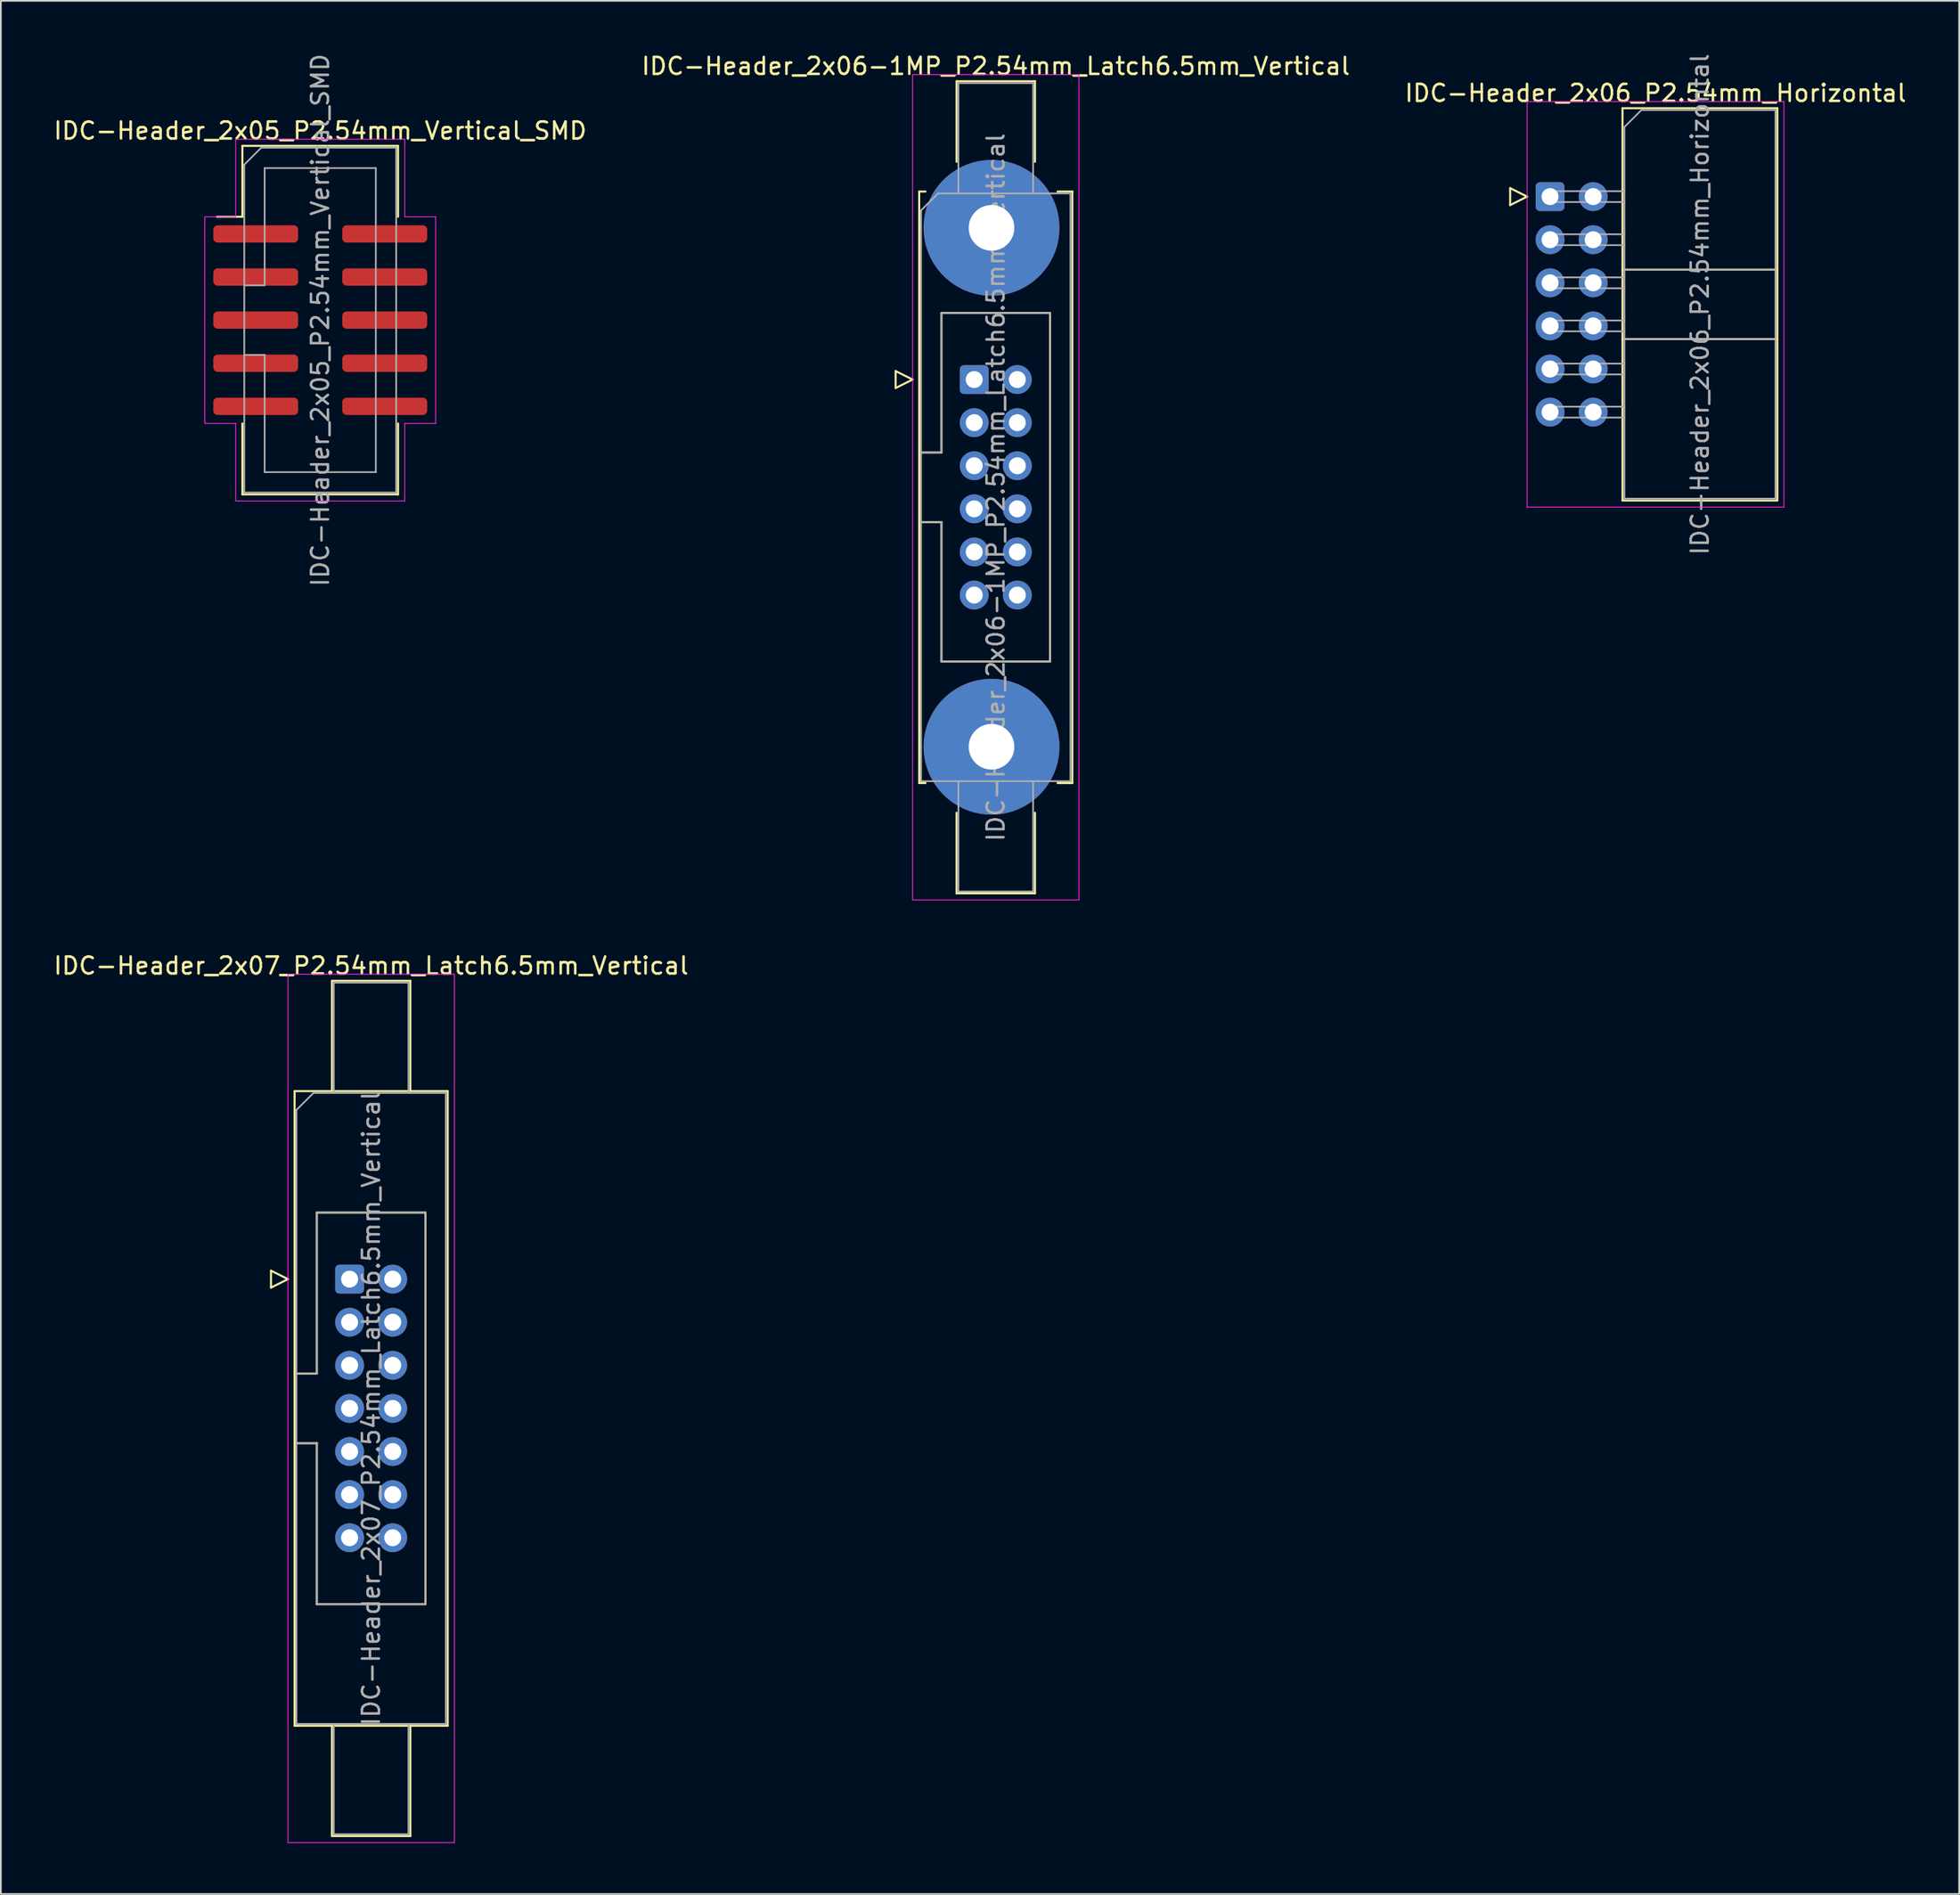
<source format=kicad_pcb>
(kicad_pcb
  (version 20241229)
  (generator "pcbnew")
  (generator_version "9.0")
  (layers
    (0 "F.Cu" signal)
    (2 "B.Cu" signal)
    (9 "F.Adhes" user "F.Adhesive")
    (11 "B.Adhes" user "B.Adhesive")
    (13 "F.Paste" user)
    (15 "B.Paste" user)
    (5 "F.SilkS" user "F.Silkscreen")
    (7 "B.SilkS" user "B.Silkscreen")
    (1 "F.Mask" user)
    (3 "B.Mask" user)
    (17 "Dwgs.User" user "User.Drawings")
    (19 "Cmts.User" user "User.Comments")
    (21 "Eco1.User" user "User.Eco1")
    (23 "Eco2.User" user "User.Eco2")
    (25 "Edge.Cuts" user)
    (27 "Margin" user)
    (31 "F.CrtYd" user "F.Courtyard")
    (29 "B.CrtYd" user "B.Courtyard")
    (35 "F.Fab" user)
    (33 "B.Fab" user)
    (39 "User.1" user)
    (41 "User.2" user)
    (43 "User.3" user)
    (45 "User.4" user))
  (footprint "IDC-Header_2x06-1MP_P2.54mm_Latch6.5mm_Vertical"
    (layer "F.Cu")
    (at 54.343 19.318)
    (property "Reference" "IDC-Header_2x06-1MP_P2.54mm_Latch6.5mm_Vertical" (at 1.27 -18.47 0) (layer "F.SilkS") (effects (font (size 1 1) (thickness 0.15))))
    (attr through_hole)
    (fp_line (start -4.63 -0.5) (end -4.63 0.5) (stroke (width 0.12) (type solid)) (layer "F.SilkS"))
    (fp_line (start -4.63 0.5) (end -3.63 0) (stroke (width 0.12) (type solid)) (layer "F.SilkS"))
    (fp_line (start -3.63 0) (end -4.63 -0.5) (stroke (width 0.12) (type solid)) (layer "F.SilkS"))
    (fp_line (start -3.24 -11.08) (end -3.24 23.78) (stroke (width 0.12) (type solid)) (layer "F.SilkS"))
    (fp_line (start -3.24 4.3) (end -1.93 4.3) (stroke (width 0.12) (type solid)) (layer "F.SilkS"))
    (fp_line (start -3.24 23.78) (end -2.87 23.78) (stroke (width 0.12) (type solid)) (layer "F.SilkS"))
    (fp_line (start -2.87 -11.08) (end -3.24 -11.08) (stroke (width 0.12) (type solid)) (layer "F.SilkS"))
    (fp_line (start -1.93 -3.92) (end 4.47 -3.92) (stroke (width 0.12) (type solid)) (layer "F.SilkS"))
    (fp_line (start -1.93 4.3) (end -1.93 -3.92) (stroke (width 0.12) (type solid)) (layer "F.SilkS"))
    (fp_line (start -1.93 8.4) (end -3.24 8.4) (stroke (width 0.12) (type solid)) (layer "F.SilkS"))
    (fp_line (start -1.93 8.4) (end -1.93 8.4) (stroke (width 0.12) (type solid)) (layer "F.SilkS"))
    (fp_line (start -1.93 16.62) (end -1.93 8.4) (stroke (width 0.12) (type solid)) (layer "F.SilkS"))
    (fp_line (start -1.04 -17.58) (end 3.58 -17.58) (stroke (width 0.12) (type solid)) (layer "F.SilkS"))
    (fp_line (start -1.04 -12.83) (end -1.04 -17.58) (stroke (width 0.12) (type solid)) (layer "F.SilkS"))
    (fp_line (start -1.04 25.53) (end -1.04 30.28) (stroke (width 0.12) (type solid)) (layer "F.SilkS"))
    (fp_line (start -1.04 30.28) (end 3.58 30.28) (stroke (width 0.12) (type solid)) (layer "F.SilkS"))
    (fp_line (start 3.58 -17.58) (end 3.58 -12.83) (stroke (width 0.12) (type solid)) (layer "F.SilkS"))
    (fp_line (start 3.58 30.28) (end 3.58 25.53) (stroke (width 0.12) (type solid)) (layer "F.SilkS"))
    (fp_line (start 4.47 -3.92) (end 4.47 16.62) (stroke (width 0.12) (type solid)) (layer "F.SilkS"))
    (fp_line (start 4.47 16.62) (end -1.93 16.62) (stroke (width 0.12) (type solid)) (layer "F.SilkS"))
    (fp_line (start 4.91 -11.08) (end 5.78 -11.08) (stroke (width 0.12) (type solid)) (layer "F.SilkS"))
    (fp_line (start 5.78 -11.08) (end 5.78 23.78) (stroke (width 0.12) (type solid)) (layer "F.SilkS"))
    (fp_line (start 5.78 23.78) (end 4.91 23.78) (stroke (width 0.12) (type solid)) (layer "F.SilkS"))
    (fp_line (start -3.63 -17.97) (end -3.63 30.67) (stroke (width 0.05) (type solid)) (layer "F.CrtYd"))
    (fp_line (start -3.63 30.67) (end 6.17 30.67) (stroke (width 0.05) (type solid)) (layer "F.CrtYd"))
    (fp_line (start 6.17 -17.97) (end -3.63 -17.97) (stroke (width 0.05) (type solid)) (layer "F.CrtYd"))
    (fp_line (start 6.17 30.67) (end 6.17 -17.97) (stroke (width 0.05) (type solid)) (layer "F.CrtYd"))
    (fp_line (start -3.13 -9.97) (end -2.13 -10.97) (stroke (width 0.1) (type solid)) (layer "F.Fab"))
    (fp_line (start -3.13 4.3) (end -1.93 4.3) (stroke (width 0.1) (type solid)) (layer "F.Fab"))
    (fp_line (start -3.13 23.67) (end -3.13 -9.97) (stroke (width 0.1) (type solid)) (layer "F.Fab"))
    (fp_line (start -2.13 -10.97) (end 5.67 -10.97) (stroke (width 0.1) (type solid)) (layer "F.Fab"))
    (fp_line (start -1.93 -3.92) (end 4.47 -3.92) (stroke (width 0.1) (type solid)) (layer "F.Fab"))
    (fp_line (start -1.93 4.3) (end -1.93 -3.92) (stroke (width 0.1) (type solid)) (layer "F.Fab"))
    (fp_line (start -1.93 8.4) (end -3.13 8.4) (stroke (width 0.1) (type solid)) (layer "F.Fab"))
    (fp_line (start -1.93 8.4) (end -1.93 8.4) (stroke (width 0.1) (type solid)) (layer "F.Fab"))
    (fp_line (start -1.93 16.62) (end -1.93 8.4) (stroke (width 0.1) (type solid)) (layer "F.Fab"))
    (fp_line (start -0.93 -17.47) (end 3.47 -17.47) (stroke (width 0.1) (type solid)) (layer "F.Fab"))
    (fp_line (start -0.93 -10.97) (end -0.93 -17.47) (stroke (width 0.1) (type solid)) (layer "F.Fab"))
    (fp_line (start -0.93 23.67) (end -0.93 30.17) (stroke (width 0.1) (type solid)) (layer "F.Fab"))
    (fp_line (start -0.93 30.17) (end 3.47 30.17) (stroke (width 0.1) (type solid)) (layer "F.Fab"))
    (fp_line (start 3.47 -17.47) (end 3.47 -10.97) (stroke (width 0.1) (type solid)) (layer "F.Fab"))
    (fp_line (start 3.47 30.17) (end 3.47 23.67) (stroke (width 0.1) (type solid)) (layer "F.Fab"))
    (fp_line (start 4.47 -3.92) (end 4.47 16.62) (stroke (width 0.1) (type solid)) (layer "F.Fab"))
    (fp_line (start 4.47 16.62) (end -1.93 16.62) (stroke (width 0.1) (type solid)) (layer "F.Fab"))
    (fp_line (start 5.67 -10.97) (end 5.67 23.67) (stroke (width 0.1) (type solid)) (layer "F.Fab"))
    (fp_line (start 5.67 23.67) (end -3.13 23.67) (stroke (width 0.1) (type solid)) (layer "F.Fab"))
    (fp_text user "${REFERENCE}" (at 1.27 6.35 90) (layer "F.Fab") (effects (font (size 1 1) (thickness 0.15))))
    (pad "1" thru_hole roundrect (at 0 0) (size 1.7 1.7) (drill 1) (layers "*.Cu" "*.Mask") (roundrect_rratio 0.147))
    (pad "2" thru_hole circle (at 2.54 0) (size 1.7 1.7) (drill 1) (layers "*.Cu" "*.Mask"))
    (pad "3" thru_hole circle (at 0 2.54) (size 1.7 1.7) (drill 1) (layers "*.Cu" "*.Mask"))
    (pad "4" thru_hole circle (at 2.54 2.54) (size 1.7 1.7) (drill 1) (layers "*.Cu" "*.Mask"))
    (pad "5" thru_hole circle (at 0 5.08) (size 1.7 1.7) (drill 1) (layers "*.Cu" "*.Mask"))
    (pad "6" thru_hole circle (at 2.54 5.08) (size 1.7 1.7) (drill 1) (layers "*.Cu" "*.Mask"))
    (pad "7" thru_hole circle (at 0 7.62) (size 1.7 1.7) (drill 1) (layers "*.Cu" "*.Mask"))
    (pad "8" thru_hole circle (at 2.54 7.62) (size 1.7 1.7) (drill 1) (layers "*.Cu" "*.Mask"))
    (pad "9" thru_hole circle (at 0 10.16) (size 1.7 1.7) (drill 1) (layers "*.Cu" "*.Mask"))
    (pad "10" thru_hole circle (at 2.54 10.16) (size 1.7 1.7) (drill 1) (layers "*.Cu" "*.Mask"))
    (pad "11" thru_hole circle (at 0 12.7) (size 1.7 1.7) (drill 1) (layers "*.Cu" "*.Mask"))
    (pad "12" thru_hole circle (at 2.54 12.7) (size 1.7 1.7) (drill 1) (layers "*.Cu" "*.Mask"))
    (pad "MP" thru_hole circle (at 1.02 -8.94) (size 8 8) (drill 2.69) (layers "*.Cu" "*.Mask"))
    (pad "MP" thru_hole circle (at 1.02 21.64) (size 8 8) (drill 2.69) (layers "*.Cu" "*.Mask")))
  (footprint "IDC-Header_2x05_P2.54mm_Vertical_SMD"
    (layer "F.Cu")
    (at 15.815 15.815)
    (property "Reference" "IDC-Header_2x05_P2.54mm_Vertical_SMD" (at 0 -11.16 0) (layer "F.SilkS") (effects (font (size 1 1) (thickness 0.15))))
    (attr smd)
    (fp_line (start -4.585 -10.27) (end 4.585 -10.27) (stroke (width 0.12) (type solid)) (layer "F.SilkS"))
    (fp_line (start -4.585 -6.09) (end -6.085 -6.09) (stroke (width 0.12) (type solid)) (layer "F.SilkS"))
    (fp_line (start -4.585 -6.09) (end -4.585 -10.27) (stroke (width 0.12) (type solid)) (layer "F.SilkS"))
    (fp_line (start -4.585 6.09) (end -4.585 10.27) (stroke (width 0.12) (type solid)) (layer "F.SilkS"))
    (fp_line (start -4.585 10.27) (end 4.585 10.27) (stroke (width 0.12) (type solid)) (layer "F.SilkS"))
    (fp_line (start 4.585 -10.27) (end 4.585 -6.09) (stroke (width 0.12) (type solid)) (layer "F.SilkS"))
    (fp_line (start 4.585 10.27) (end 4.585 6.09) (stroke (width 0.12) (type solid)) (layer "F.SilkS"))
    (fp_line (start -6.8 -6.09) (end -6.8 6.09) (stroke (width 0.05) (type solid)) (layer "F.CrtYd"))
    (fp_line (start -6.8 6.09) (end -4.98 6.09) (stroke (width 0.05) (type solid)) (layer "F.CrtYd"))
    (fp_line (start -4.98 -10.66) (end -4.98 -6.09) (stroke (width 0.05) (type solid)) (layer "F.CrtYd"))
    (fp_line (start -4.98 -6.09) (end -6.8 -6.09) (stroke (width 0.05) (type solid)) (layer "F.CrtYd"))
    (fp_line (start -4.98 6.09) (end -4.98 10.66) (stroke (width 0.05) (type solid)) (layer "F.CrtYd"))
    (fp_line (start -4.98 10.66) (end 4.98 10.66) (stroke (width 0.05) (type solid)) (layer "F.CrtYd"))
    (fp_line (start 4.98 -10.66) (end -4.98 -10.66) (stroke (width 0.05) (type solid)) (layer "F.CrtYd"))
    (fp_line (start 4.98 -6.09) (end 4.98 -10.66) (stroke (width 0.05) (type solid)) (layer "F.CrtYd"))
    (fp_line (start 4.98 6.09) (end 6.8 6.09) (stroke (width 0.05) (type solid)) (layer "F.CrtYd"))
    (fp_line (start 4.98 10.66) (end 4.98 6.09) (stroke (width 0.05) (type solid)) (layer "F.CrtYd"))
    (fp_line (start 6.8 -6.09) (end 4.98 -6.09) (stroke (width 0.05) (type solid)) (layer "F.CrtYd"))
    (fp_line (start 6.8 6.09) (end 6.8 -6.09) (stroke (width 0.05) (type solid)) (layer "F.CrtYd"))
    (fp_line (start -4.475 -9.16) (end -3.475 -10.16) (stroke (width 0.1) (type solid)) (layer "F.Fab"))
    (fp_line (start -4.475 -2.05) (end -3.275 -2.05) (stroke (width 0.1) (type solid)) (layer "F.Fab"))
    (fp_line (start -4.475 10.16) (end -4.475 -9.16) (stroke (width 0.1) (type solid)) (layer "F.Fab"))
    (fp_line (start -3.475 -10.16) (end 4.475 -10.16) (stroke (width 0.1) (type solid)) (layer "F.Fab"))
    (fp_line (start -3.275 -8.96) (end 3.275 -8.96) (stroke (width 0.1) (type solid)) (layer "F.Fab"))
    (fp_line (start -3.275 -2.05) (end -3.275 -8.96) (stroke (width 0.1) (type solid)) (layer "F.Fab"))
    (fp_line (start -3.275 2.05) (end -4.475 2.05) (stroke (width 0.1) (type solid)) (layer "F.Fab"))
    (fp_line (start -3.275 2.05) (end -3.275 2.05) (stroke (width 0.1) (type solid)) (layer "F.Fab"))
    (fp_line (start -3.275 8.96) (end -3.275 2.05) (stroke (width 0.1) (type solid)) (layer "F.Fab"))
    (fp_line (start 3.275 -8.96) (end 3.275 8.96) (stroke (width 0.1) (type solid)) (layer "F.Fab"))
    (fp_line (start 3.275 8.96) (end -3.275 8.96) (stroke (width 0.1) (type solid)) (layer "F.Fab"))
    (fp_line (start 4.475 -10.16) (end 4.475 10.16) (stroke (width 0.1) (type solid)) (layer "F.Fab"))
    (fp_line (start 4.475 10.16) (end -4.475 10.16) (stroke (width 0.1) (type solid)) (layer "F.Fab"))
    (fp_text user "${REFERENCE}" (at 0 0 90) (layer "F.Fab") (effects (font (size 1 1) (thickness 0.15))))
    (pad "1" smd roundrect (at -3.8 -5.08) (size 5 1.02) (layers "F.Cu" "F.Mask" "F.Paste") (roundrect_rratio 0.25))
    (pad "2" smd roundrect (at 3.8 -5.08) (size 5 1.02) (layers "F.Cu" "F.Mask" "F.Paste") (roundrect_rratio 0.25))
    (pad "3" smd roundrect (at -3.8 -2.54) (size 5 1.02) (layers "F.Cu" "F.Mask" "F.Paste") (roundrect_rratio 0.25))
    (pad "4" smd roundrect (at 3.8 -2.54) (size 5 1.02) (layers "F.Cu" "F.Mask" "F.Paste") (roundrect_rratio 0.25))
    (pad "5" smd roundrect (at -3.8 0) (size 5 1.02) (layers "F.Cu" "F.Mask" "F.Paste") (roundrect_rratio 0.25))
    (pad "6" smd roundrect (at 3.8 0) (size 5 1.02) (layers "F.Cu" "F.Mask" "F.Paste") (roundrect_rratio 0.25))
    (pad "7" smd roundrect (at -3.8 2.54) (size 5 1.02) (layers "F.Cu" "F.Mask" "F.Paste") (roundrect_rratio 0.25))
    (pad "8" smd roundrect (at 3.8 2.54) (size 5 1.02) (layers "F.Cu" "F.Mask" "F.Paste") (roundrect_rratio 0.25))
    (pad "9" smd roundrect (at -3.8 5.08) (size 5 1.02) (layers "F.Cu" "F.Mask" "F.Paste") (roundrect_rratio 0.25))
    (pad "10" smd roundrect (at 3.8 5.08) (size 5 1.02) (layers "F.Cu" "F.Mask" "F.Paste") (roundrect_rratio 0.25)))
  (footprint "IDC-Header_2x06_P2.54mm_Horizontal"
    (layer "F.Cu")
    (at 88.267 8.537)
    (property "Reference" "IDC-Header_2x06_P2.54mm_Horizontal" (at 6.215 -6.1 0) (layer "F.SilkS") (effects (font (size 1 1) (thickness 0.15))))
    (attr through_hole)
    (fp_line (start -2.35 -0.5) (end -2.35 0.5) (stroke (width 0.12) (type solid)) (layer "F.SilkS"))
    (fp_line (start -2.35 0.5) (end -1.35 0) (stroke (width 0.12) (type solid)) (layer "F.SilkS"))
    (fp_line (start -1.35 0) (end -2.35 -0.5) (stroke (width 0.12) (type solid)) (layer "F.SilkS"))
    (fp_line (start 4.27 -5.21) (end 13.39 -5.21) (stroke (width 0.12) (type solid)) (layer "F.SilkS"))
    (fp_line (start 4.27 4.3) (end 13.39 4.3) (stroke (width 0.12) (type solid)) (layer "F.SilkS"))
    (fp_line (start 4.27 8.4) (end 13.39 8.4) (stroke (width 0.12) (type solid)) (layer "F.SilkS"))
    (fp_line (start 4.27 17.91) (end 4.27 -5.21) (stroke (width 0.12) (type solid)) (layer "F.SilkS"))
    (fp_line (start 13.39 -5.21) (end 13.39 17.91) (stroke (width 0.12) (type solid)) (layer "F.SilkS"))
    (fp_line (start 13.39 17.91) (end 4.27 17.91) (stroke (width 0.12) (type solid)) (layer "F.SilkS"))
    (fp_line (start -1.35 -5.6) (end -1.35 18.3) (stroke (width 0.05) (type solid)) (layer "F.CrtYd"))
    (fp_line (start -1.35 18.3) (end 13.78 18.3) (stroke (width 0.05) (type solid)) (layer "F.CrtYd"))
    (fp_line (start 13.78 -5.6) (end -1.35 -5.6) (stroke (width 0.05) (type solid)) (layer "F.CrtYd"))
    (fp_line (start 13.78 18.3) (end 13.78 -5.6) (stroke (width 0.05) (type solid)) (layer "F.CrtYd"))
    (fp_line (start -0.32 -0.32) (end -0.32 0.32) (stroke (width 0.1) (type solid)) (layer "F.Fab"))
    (fp_line (start -0.32 0.32) (end 4.38 0.32) (stroke (width 0.1) (type solid)) (layer "F.Fab"))
    (fp_line (start -0.32 2.22) (end -0.32 2.86) (stroke (width 0.1) (type solid)) (layer "F.Fab"))
    (fp_line (start -0.32 2.86) (end 4.38 2.86) (stroke (width 0.1) (type solid)) (layer "F.Fab"))
    (fp_line (start -0.32 4.76) (end -0.32 5.4) (stroke (width 0.1) (type solid)) (layer "F.Fab"))
    (fp_line (start -0.32 5.4) (end 4.38 5.4) (stroke (width 0.1) (type solid)) (layer "F.Fab"))
    (fp_line (start -0.32 7.3) (end -0.32 7.94) (stroke (width 0.1) (type solid)) (layer "F.Fab"))
    (fp_line (start -0.32 7.94) (end 4.38 7.94) (stroke (width 0.1) (type solid)) (layer "F.Fab"))
    (fp_line (start -0.32 9.84) (end -0.32 10.48) (stroke (width 0.1) (type solid)) (layer "F.Fab"))
    (fp_line (start -0.32 10.48) (end 4.38 10.48) (stroke (width 0.1) (type solid)) (layer "F.Fab"))
    (fp_line (start -0.32 12.38) (end -0.32 13.02) (stroke (width 0.1) (type solid)) (layer "F.Fab"))
    (fp_line (start -0.32 13.02) (end 4.38 13.02) (stroke (width 0.1) (type solid)) (layer "F.Fab"))
    (fp_line (start 4.38 -4.1) (end 5.38 -5.1) (stroke (width 0.1) (type solid)) (layer "F.Fab"))
    (fp_line (start 4.38 -0.32) (end -0.32 -0.32) (stroke (width 0.1) (type solid)) (layer "F.Fab"))
    (fp_line (start 4.38 2.22) (end -0.32 2.22) (stroke (width 0.1) (type solid)) (layer "F.Fab"))
    (fp_line (start 4.38 4.3) (end 13.28 4.3) (stroke (width 0.1) (type solid)) (layer "F.Fab"))
    (fp_line (start 4.38 4.76) (end -0.32 4.76) (stroke (width 0.1) (type solid)) (layer "F.Fab"))
    (fp_line (start 4.38 7.3) (end -0.32 7.3) (stroke (width 0.1) (type solid)) (layer "F.Fab"))
    (fp_line (start 4.38 8.4) (end 13.28 8.4) (stroke (width 0.1) (type solid)) (layer "F.Fab"))
    (fp_line (start 4.38 9.84) (end -0.32 9.84) (stroke (width 0.1) (type solid)) (layer "F.Fab"))
    (fp_line (start 4.38 12.38) (end -0.32 12.38) (stroke (width 0.1) (type solid)) (layer "F.Fab"))
    (fp_line (start 4.38 17.8) (end 4.38 -4.1) (stroke (width 0.1) (type solid)) (layer "F.Fab"))
    (fp_line (start 5.38 -5.1) (end 13.28 -5.1) (stroke (width 0.1) (type solid)) (layer "F.Fab"))
    (fp_line (start 13.28 -5.1) (end 13.28 17.8) (stroke (width 0.1) (type solid)) (layer "F.Fab"))
    (fp_line (start 13.28 17.8) (end 4.38 17.8) (stroke (width 0.1) (type solid)) (layer "F.Fab"))
    (fp_text user "${REFERENCE}" (at 8.83 6.35 90) (layer "F.Fab") (effects (font (size 1 1) (thickness 0.15))))
    (pad "1" thru_hole roundrect (at 0 0) (size 1.7 1.7) (drill 1) (layers "*.Cu" "*.Mask") (roundrect_rratio 0.147))
    (pad "2" thru_hole circle (at 2.54 0) (size 1.7 1.7) (drill 1) (layers "*.Cu" "*.Mask"))
    (pad "3" thru_hole circle (at 0 2.54) (size 1.7 1.7) (drill 1) (layers "*.Cu" "*.Mask"))
    (pad "4" thru_hole circle (at 2.54 2.54) (size 1.7 1.7) (drill 1) (layers "*.Cu" "*.Mask"))
    (pad "5" thru_hole circle (at 0 5.08) (size 1.7 1.7) (drill 1) (layers "*.Cu" "*.Mask"))
    (pad "6" thru_hole circle (at 2.54 5.08) (size 1.7 1.7) (drill 1) (layers "*.Cu" "*.Mask"))
    (pad "7" thru_hole circle (at 0 7.62) (size 1.7 1.7) (drill 1) (layers "*.Cu" "*.Mask"))
    (pad "8" thru_hole circle (at 2.54 7.62) (size 1.7 1.7) (drill 1) (layers "*.Cu" "*.Mask"))
    (pad "9" thru_hole circle (at 0 10.16) (size 1.7 1.7) (drill 1) (layers "*.Cu" "*.Mask"))
    (pad "10" thru_hole circle (at 2.54 10.16) (size 1.7 1.7) (drill 1) (layers "*.Cu" "*.Mask"))
    (pad "11" thru_hole circle (at 0 12.7) (size 1.7 1.7) (drill 1) (layers "*.Cu" "*.Mask"))
    (pad "12" thru_hole circle (at 2.54 12.7) (size 1.7 1.7) (drill 1) (layers "*.Cu" "*.Mask")))
  (footprint "IDC-Header_2x07_P2.54mm_Latch6.5mm_Vertical"
    (layer "F.Cu")
    (at 17.545 72.332)
    (property "Reference" "IDC-Header_2x07_P2.54mm_Latch6.5mm_Vertical" (at 1.27 -18.47 0) (layer "F.SilkS") (effects (font (size 1 1) (thickness 0.15))))
    (attr through_hole)
    (fp_line (start -4.63 -0.5) (end -4.63 0.5) (stroke (width 0.12) (type solid)) (layer "F.SilkS"))
    (fp_line (start -4.63 0.5) (end -3.63 0) (stroke (width 0.12) (type solid)) (layer "F.SilkS"))
    (fp_line (start -3.63 0) (end -4.63 -0.5) (stroke (width 0.12) (type solid)) (layer "F.SilkS"))
    (fp_line (start -3.24 -11.08) (end 5.78 -11.08) (stroke (width 0.12) (type solid)) (layer "F.SilkS"))
    (fp_line (start -3.24 5.57) (end -1.93 5.57) (stroke (width 0.12) (type solid)) (layer "F.SilkS"))
    (fp_line (start -3.24 26.32) (end -3.24 -11.08) (stroke (width 0.12) (type solid)) (layer "F.SilkS"))
    (fp_line (start -1.93 -3.92) (end 4.47 -3.92) (stroke (width 0.12) (type solid)) (layer "F.SilkS"))
    (fp_line (start -1.93 5.57) (end -1.93 -3.92) (stroke (width 0.12) (type solid)) (layer "F.SilkS"))
    (fp_line (start -1.93 9.67) (end -3.24 9.67) (stroke (width 0.12) (type solid)) (layer "F.SilkS"))
    (fp_line (start -1.93 9.67) (end -1.93 9.67) (stroke (width 0.12) (type solid)) (layer "F.SilkS"))
    (fp_line (start -1.93 19.16) (end -1.93 9.67) (stroke (width 0.12) (type solid)) (layer "F.SilkS"))
    (fp_line (start -1.04 -17.58) (end 3.58 -17.58) (stroke (width 0.12) (type solid)) (layer "F.SilkS"))
    (fp_line (start -1.04 -11.08) (end -1.04 -17.58) (stroke (width 0.12) (type solid)) (layer "F.SilkS"))
    (fp_line (start -1.04 26.32) (end -1.04 32.82) (stroke (width 0.12) (type solid)) (layer "F.SilkS"))
    (fp_line (start -1.04 32.82) (end 3.58 32.82) (stroke (width 0.12) (type solid)) (layer "F.SilkS"))
    (fp_line (start 3.58 -17.58) (end 3.58 -11.08) (stroke (width 0.12) (type solid)) (layer "F.SilkS"))
    (fp_line (start 3.58 32.82) (end 3.58 26.32) (stroke (width 0.12) (type solid)) (layer "F.SilkS"))
    (fp_line (start 4.47 -3.92) (end 4.47 19.16) (stroke (width 0.12) (type solid)) (layer "F.SilkS"))
    (fp_line (start 4.47 19.16) (end -1.93 19.16) (stroke (width 0.12) (type solid)) (layer "F.SilkS"))
    (fp_line (start 5.78 -11.08) (end 5.78 26.32) (stroke (width 0.12) (type solid)) (layer "F.SilkS"))
    (fp_line (start 5.78 26.32) (end -3.24 26.32) (stroke (width 0.12) (type solid)) (layer "F.SilkS"))
    (fp_line (start -3.63 -17.97) (end -3.63 33.21) (stroke (width 0.05) (type solid)) (layer "F.CrtYd"))
    (fp_line (start -3.63 33.21) (end 6.17 33.21) (stroke (width 0.05) (type solid)) (layer "F.CrtYd"))
    (fp_line (start 6.17 -17.97) (end -3.63 -17.97) (stroke (width 0.05) (type solid)) (layer "F.CrtYd"))
    (fp_line (start 6.17 33.21) (end 6.17 -17.97) (stroke (width 0.05) (type solid)) (layer "F.CrtYd"))
    (fp_line (start -3.13 -9.97) (end -2.13 -10.97) (stroke (width 0.1) (type solid)) (layer "F.Fab"))
    (fp_line (start -3.13 5.57) (end -1.93 5.57) (stroke (width 0.1) (type solid)) (layer "F.Fab"))
    (fp_line (start -3.13 26.21) (end -3.13 -9.97) (stroke (width 0.1) (type solid)) (layer "F.Fab"))
    (fp_line (start -2.13 -10.97) (end 5.67 -10.97) (stroke (width 0.1) (type solid)) (layer "F.Fab"))
    (fp_line (start -1.93 -3.92) (end 4.47 -3.92) (stroke (width 0.1) (type solid)) (layer "F.Fab"))
    (fp_line (start -1.93 5.57) (end -1.93 -3.92) (stroke (width 0.1) (type solid)) (layer "F.Fab"))
    (fp_line (start -1.93 9.67) (end -3.13 9.67) (stroke (width 0.1) (type solid)) (layer "F.Fab"))
    (fp_line (start -1.93 9.67) (end -1.93 9.67) (stroke (width 0.1) (type solid)) (layer "F.Fab"))
    (fp_line (start -1.93 19.16) (end -1.93 9.67) (stroke (width 0.1) (type solid)) (layer "F.Fab"))
    (fp_line (start -0.93 -17.47) (end 3.47 -17.47) (stroke (width 0.1) (type solid)) (layer "F.Fab"))
    (fp_line (start -0.93 -10.97) (end -0.93 -17.47) (stroke (width 0.1) (type solid)) (layer "F.Fab"))
    (fp_line (start -0.93 26.21) (end -0.93 32.71) (stroke (width 0.1) (type solid)) (layer "F.Fab"))
    (fp_line (start -0.93 32.71) (end 3.47 32.71) (stroke (width 0.1) (type solid)) (layer "F.Fab"))
    (fp_line (start 3.47 -17.47) (end 3.47 -10.97) (stroke (width 0.1) (type solid)) (layer "F.Fab"))
    (fp_line (start 3.47 32.71) (end 3.47 26.21) (stroke (width 0.1) (type solid)) (layer "F.Fab"))
    (fp_line (start 4.47 -3.92) (end 4.47 19.16) (stroke (width 0.1) (type solid)) (layer "F.Fab"))
    (fp_line (start 4.47 19.16) (end -1.93 19.16) (stroke (width 0.1) (type solid)) (layer "F.Fab"))
    (fp_line (start 5.67 -10.97) (end 5.67 26.21) (stroke (width 0.1) (type solid)) (layer "F.Fab"))
    (fp_line (start 5.67 26.21) (end -3.13 26.21) (stroke (width 0.1) (type solid)) (layer "F.Fab"))
    (fp_text user "${REFERENCE}" (at 1.27 7.62 90) (layer "F.Fab") (effects (font (size 1 1) (thickness 0.15))))
    (pad "1" thru_hole roundrect (at 0 0) (size 1.7 1.7) (drill 1) (layers "*.Cu" "*.Mask") (roundrect_rratio 0.147))
    (pad "2" thru_hole circle (at 2.54 0) (size 1.7 1.7) (drill 1) (layers "*.Cu" "*.Mask"))
    (pad "3" thru_hole circle (at 0 2.54) (size 1.7 1.7) (drill 1) (layers "*.Cu" "*.Mask"))
    (pad "4" thru_hole circle (at 2.54 2.54) (size 1.7 1.7) (drill 1) (layers "*.Cu" "*.Mask"))
    (pad "5" thru_hole circle (at 0 5.08) (size 1.7 1.7) (drill 1) (layers "*.Cu" "*.Mask"))
    (pad "6" thru_hole circle (at 2.54 5.08) (size 1.7 1.7) (drill 1) (layers "*.Cu" "*.Mask"))
    (pad "7" thru_hole circle (at 0 7.62) (size 1.7 1.7) (drill 1) (layers "*.Cu" "*.Mask"))
    (pad "8" thru_hole circle (at 2.54 7.62) (size 1.7 1.7) (drill 1) (layers "*.Cu" "*.Mask"))
    (pad "9" thru_hole circle (at 0 10.16) (size 1.7 1.7) (drill 1) (layers "*.Cu" "*.Mask"))
    (pad "10" thru_hole circle (at 2.54 10.16) (size 1.7 1.7) (drill 1) (layers "*.Cu" "*.Mask"))
    (pad "11" thru_hole circle (at 0 12.7) (size 1.7 1.7) (drill 1) (layers "*.Cu" "*.Mask"))
    (pad "12" thru_hole circle (at 2.54 12.7) (size 1.7 1.7) (drill 1) (layers "*.Cu" "*.Mask"))
    (pad "13" thru_hole circle (at 0 15.24) (size 1.7 1.7) (drill 1) (layers "*.Cu" "*.Mask"))
    (pad "14" thru_hole circle (at 2.54 15.24) (size 1.7 1.7) (drill 1) (layers "*.Cu" "*.Mask")))
  (gr_rect
    (start -3 -3)
    (end 112.369 108.567)
    (stroke (width 0.1) (type default))
    (fill no)
    (layer "Edge.Cuts")))
</source>
